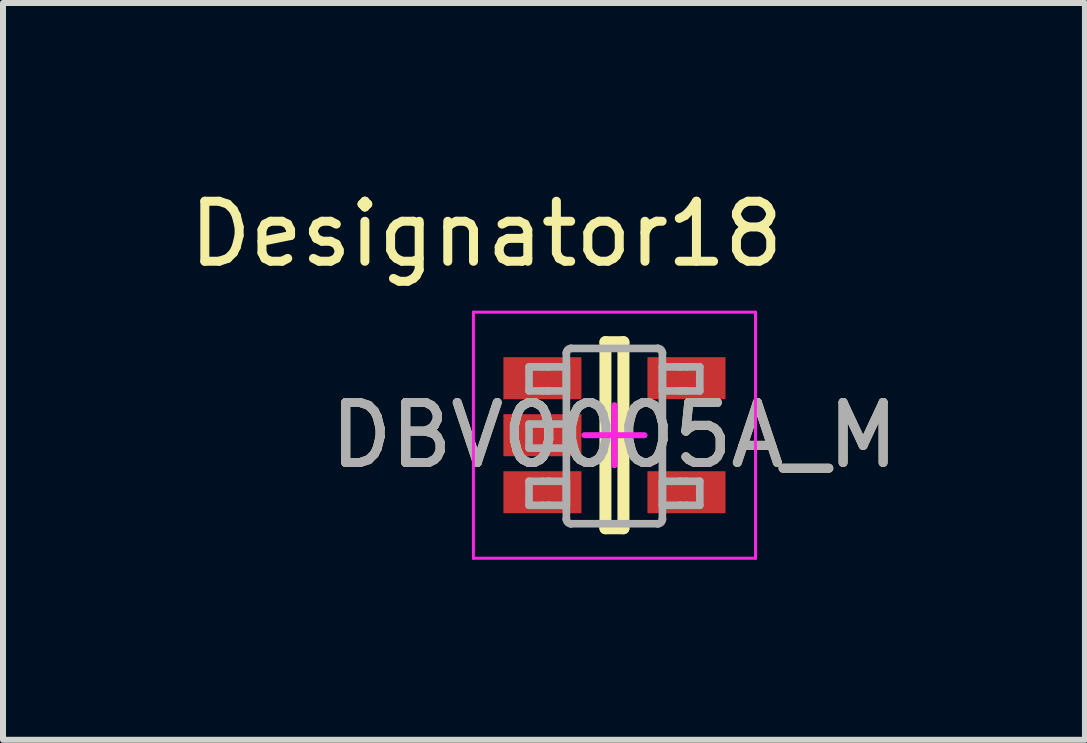
<source format=kicad_pcb>
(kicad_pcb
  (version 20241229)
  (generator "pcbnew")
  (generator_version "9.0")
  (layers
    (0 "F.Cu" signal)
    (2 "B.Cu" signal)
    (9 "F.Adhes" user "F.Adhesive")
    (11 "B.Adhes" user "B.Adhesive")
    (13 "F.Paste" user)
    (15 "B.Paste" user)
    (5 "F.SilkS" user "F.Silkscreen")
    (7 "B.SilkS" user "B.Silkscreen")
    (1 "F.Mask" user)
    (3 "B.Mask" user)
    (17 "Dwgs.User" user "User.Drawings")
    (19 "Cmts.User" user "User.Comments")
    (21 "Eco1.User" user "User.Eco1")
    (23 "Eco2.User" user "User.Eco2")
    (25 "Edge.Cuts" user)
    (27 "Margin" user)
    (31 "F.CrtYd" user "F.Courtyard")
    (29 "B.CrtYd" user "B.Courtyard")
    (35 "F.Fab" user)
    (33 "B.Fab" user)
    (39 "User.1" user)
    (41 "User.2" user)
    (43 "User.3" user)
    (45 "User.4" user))
  (footprint "DBV0005A_M"
    (layer "F.Cu")
    (at 7.187 4.201)
    (property "Reference" "DBV0005A_M" (at 0 0 0) (unlocked yes) (layer "F.SilkS") (effects (font (size 1 1) (thickness 0.15))))
    (attr smd)
    (fp_line (start -0.15 -1.55) (end 0.15 -1.55) (stroke (width 0.2) (type solid)) (layer "F.SilkS"))
    (fp_line (start -0.15 1.55) (end -0.15 -1.55) (stroke (width 0.2) (type solid)) (layer "F.SilkS"))
    (fp_line (start -0.15 1.55) (end 0.15 1.55) (stroke (width 0.2) (type solid)) (layer "F.SilkS"))
    (fp_line (start 0.15 1.55) (end 0.15 -1.55) (stroke (width 0.2) (type solid)) (layer "F.SilkS"))
    (fp_line (start -2.35 -2.05) (end 2.35 -2.05) (stroke (width 0.05) (type solid)) (layer "F.CrtYd"))
    (fp_line (start -2.35 2.05) (end -2.35 -2.05) (stroke (width 0.05) (type solid)) (layer "F.CrtYd"))
    (fp_line (start -2.35 2.05) (end 2.35 2.05) (stroke (width 0.05) (type solid)) (layer "F.CrtYd"))
    (fp_line (start -0.5 0) (end 0.5 0) (stroke (width 0.1) (type solid)) (layer "F.CrtYd"))
    (fp_line (start 0 0.5) (end 0 -0.5) (stroke (width 0.1) (type solid)) (layer "F.CrtYd"))
    (fp_line (start 2.35 2.05) (end 2.35 -2.05) (stroke (width 0.05) (type solid)) (layer "F.CrtYd"))
    (fp_line (start -1.423 -1.138) (end -1.199 -1.138) (stroke (width 0.127) (type solid)) (layer "F.Fab"))
    (fp_line (start -1.423 -0.738) (end -1.423 -1.138) (stroke (width 0.127) (type solid)) (layer "F.Fab"))
    (fp_line (start -1.423 -0.738) (end -1.199 -0.738) (stroke (width 0.127) (type solid)) (layer "F.Fab"))
    (fp_line (start -1.423 -0.186) (end -1.199 -0.186) (stroke (width 0.127) (type solid)) (layer "F.Fab"))
    (fp_line (start -1.423 0.215) (end -1.423 -0.186) (stroke (width 0.127) (type solid)) (layer "F.Fab"))
    (fp_line (start -1.423 0.215) (end -1.199 0.215) (stroke (width 0.127) (type solid)) (layer "F.Fab"))
    (fp_line (start -1.423 0.767) (end -1.199 0.767) (stroke (width 0.127) (type solid)) (layer "F.Fab"))
    (fp_line (start -1.423 1.167) (end -1.423 0.767) (stroke (width 0.127) (type solid)) (layer "F.Fab"))
    (fp_line (start -1.423 1.167) (end -1.199 1.167) (stroke (width 0.127) (type solid)) (layer "F.Fab"))
    (fp_line (start -1.199 -1.138) (end -1.105 -1.138) (stroke (width 0.127) (type solid)) (layer "F.Fab"))
    (fp_line (start -1.199 -0.738) (end -1.105 -0.738) (stroke (width 0.127) (type solid)) (layer "F.Fab"))
    (fp_line (start -1.199 -0.186) (end -1.105 -0.186) (stroke (width 0.127) (type solid)) (layer "F.Fab"))
    (fp_line (start -1.199 0.215) (end -1.105 0.215) (stroke (width 0.127) (type solid)) (layer "F.Fab"))
    (fp_line (start -1.199 0.767) (end -1.105 0.767) (stroke (width 0.127) (type solid)) (layer "F.Fab"))
    (fp_line (start -1.199 1.167) (end -1.105 1.167) (stroke (width 0.127) (type solid)) (layer "F.Fab"))
    (fp_line (start -1.105 -1.138) (end -1.088 -1.138) (stroke (width 0.127) (type solid)) (layer "F.Fab"))
    (fp_line (start -1.105 -0.738) (end -1.088 -0.738) (stroke (width 0.127) (type solid)) (layer "F.Fab"))
    (fp_line (start -1.105 -0.186) (end -1.088 -0.186) (stroke (width 0.127) (type solid)) (layer "F.Fab"))
    (fp_line (start -1.105 0.215) (end -1.088 0.215) (stroke (width 0.127) (type solid)) (layer "F.Fab"))
    (fp_line (start -1.105 0.767) (end -1.088 0.767) (stroke (width 0.127) (type solid)) (layer "F.Fab"))
    (fp_line (start -1.105 1.167) (end -1.088 1.167) (stroke (width 0.127) (type solid)) (layer "F.Fab"))
    (fp_line (start -1.088 -1.138) (end -0.835 -1.138) (stroke (width 0.127) (type solid)) (layer "F.Fab"))
    (fp_line (start -1.088 -0.738) (end -0.835 -0.738) (stroke (width 0.127) (type solid)) (layer "F.Fab"))
    (fp_line (start -1.088 -0.186) (end -0.835 -0.186) (stroke (width 0.127) (type solid)) (layer "F.Fab"))
    (fp_line (start -1.088 0.215) (end -0.835 0.215) (stroke (width 0.127) (type solid)) (layer "F.Fab"))
    (fp_line (start -1.088 0.767) (end -0.835 0.767) (stroke (width 0.127) (type solid)) (layer "F.Fab"))
    (fp_line (start -1.088 1.167) (end -0.835 1.167) (stroke (width 0.127) (type solid)) (layer "F.Fab"))
    (fp_line (start -0.835 -1.138) (end -0.801 -1.138) (stroke (width 0.127) (type solid)) (layer "F.Fab"))
    (fp_line (start -0.835 -0.738) (end -0.801 -0.738) (stroke (width 0.127) (type solid)) (layer "F.Fab"))
    (fp_line (start -0.835 -0.186) (end -0.801 -0.186) (stroke (width 0.127) (type solid)) (layer "F.Fab"))
    (fp_line (start -0.835 0.215) (end -0.801 0.215) (stroke (width 0.127) (type solid)) (layer "F.Fab"))
    (fp_line (start -0.835 0.767) (end -0.801 0.767) (stroke (width 0.127) (type solid)) (layer "F.Fab"))
    (fp_line (start -0.835 1.167) (end -0.801 1.167) (stroke (width 0.127) (type solid)) (layer "F.Fab"))
    (fp_line (start -0.801 -1.37) (end -0.801 -1.371) (stroke (width 0.127) (type solid)) (layer "F.Fab"))
    (fp_line (start -0.801 -0.738) (end -0.801 -1.138) (stroke (width 0.127) (type solid)) (layer "F.Fab"))
    (fp_line (start -0.801 0.215) (end -0.801 -0.186) (stroke (width 0.127) (type solid)) (layer "F.Fab"))
    (fp_line (start -0.801 1.167) (end -0.801 0.767) (stroke (width 0.127) (type solid)) (layer "F.Fab"))
    (fp_line (start -0.801 1.399) (end -0.801 -1.37) (stroke (width 0.127) (type solid)) (layer "F.Fab"))
    (fp_line (start -0.801 1.4) (end -0.801 1.399) (stroke (width 0.127) (type solid)) (layer "F.Fab"))
    (fp_line (start -0.725 -1.446) (end -0.725 -1.446) (stroke (width 0.127) (type solid)) (layer "F.Fab"))
    (fp_line (start -0.725 1.475) (end -0.725 1.475) (stroke (width 0.127) (type solid)) (layer "F.Fab"))
    (fp_line (start -0.725 -1.446) (end 0.723 -1.446) (stroke (width 0.127) (type solid)) (layer "F.Fab"))
    (fp_line (start -0.725 1.475) (end 0.723 1.475) (stroke (width 0.127) (type solid)) (layer "F.Fab"))
    (fp_line (start 0.723 -1.446) (end 0.724 -1.446) (stroke (width 0.127) (type solid)) (layer "F.Fab"))
    (fp_line (start 0.723 1.475) (end 0.724 1.475) (stroke (width 0.127) (type solid)) (layer "F.Fab"))
    (fp_line (start 0.799 -1.37) (end 0.799 -1.371) (stroke (width 0.127) (type solid)) (layer "F.Fab"))
    (fp_line (start 0.799 -1.138) (end 0.834 -1.138) (stroke (width 0.127) (type solid)) (layer "F.Fab"))
    (fp_line (start 0.799 -0.738) (end 0.799 -1.138) (stroke (width 0.127) (type solid)) (layer "F.Fab"))
    (fp_line (start 0.799 -0.738) (end 0.834 -0.738) (stroke (width 0.127) (type solid)) (layer "F.Fab"))
    (fp_line (start 0.799 0.767) (end 0.834 0.767) (stroke (width 0.127) (type solid)) (layer "F.Fab"))
    (fp_line (start 0.799 1.167) (end 0.799 0.767) (stroke (width 0.127) (type solid)) (layer "F.Fab"))
    (fp_line (start 0.799 1.167) (end 0.834 1.167) (stroke (width 0.127) (type solid)) (layer "F.Fab"))
    (fp_line (start 0.799 1.399) (end 0.799 -1.37) (stroke (width 0.127) (type solid)) (layer "F.Fab"))
    (fp_line (start 0.799 1.4) (end 0.799 1.399) (stroke (width 0.127) (type solid)) (layer "F.Fab"))
    (fp_line (start 0.834 -1.138) (end 1.087 -1.138) (stroke (width 0.127) (type solid)) (layer "F.Fab"))
    (fp_line (start 0.834 -0.738) (end 1.087 -0.738) (stroke (width 0.127) (type solid)) (layer "F.Fab"))
    (fp_line (start 0.834 0.767) (end 1.087 0.767) (stroke (width 0.127) (type solid)) (layer "F.Fab"))
    (fp_line (start 0.834 1.167) (end 1.087 1.167) (stroke (width 0.127) (type solid)) (layer "F.Fab"))
    (fp_line (start 1.087 -1.138) (end 1.103 -1.138) (stroke (width 0.127) (type solid)) (layer "F.Fab"))
    (fp_line (start 1.087 -0.738) (end 1.103 -0.738) (stroke (width 0.127) (type solid)) (layer "F.Fab"))
    (fp_line (start 1.087 0.767) (end 1.103 0.767) (stroke (width 0.127) (type solid)) (layer "F.Fab"))
    (fp_line (start 1.087 1.167) (end 1.103 1.167) (stroke (width 0.127) (type solid)) (layer "F.Fab"))
    (fp_line (start 1.103 -1.138) (end 1.198 -1.138) (stroke (width 0.127) (type solid)) (layer "F.Fab"))
    (fp_line (start 1.103 -0.738) (end 1.198 -0.738) (stroke (width 0.127) (type solid)) (layer "F.Fab"))
    (fp_line (start 1.103 0.767) (end 1.198 0.767) (stroke (width 0.127) (type solid)) (layer "F.Fab"))
    (fp_line (start 1.103 1.167) (end 1.198 1.167) (stroke (width 0.127) (type solid)) (layer "F.Fab"))
    (fp_line (start 1.198 -1.138) (end 1.422 -1.138) (stroke (width 0.127) (type solid)) (layer "F.Fab"))
    (fp_line (start 1.198 -0.738) (end 1.422 -0.738) (stroke (width 0.127) (type solid)) (layer "F.Fab"))
    (fp_line (start 1.198 0.767) (end 1.422 0.767) (stroke (width 0.127) (type solid)) (layer "F.Fab"))
    (fp_line (start 1.198 1.167) (end 1.422 1.167) (stroke (width 0.127) (type solid)) (layer "F.Fab"))
    (fp_line (start 1.422 -0.738) (end 1.422 -1.138) (stroke (width 0.127) (type solid)) (layer "F.Fab"))
    (fp_line (start 1.422 1.167) (end 1.422 0.767) (stroke (width 0.127) (type solid)) (layer "F.Fab"))
    (fp_arc (start -0.80074 -1.37084) (mid -0.778218 -1.423887) (end -0.724999 -1.445998) (stroke (width 0.127) (type solid)) (layer "F.Fab"))
    (fp_arc (start -0.724999 1.475) (mid -0.778213 1.452901) (end -0.80074 1.399867) (stroke (width 0.127) (type solid)) (layer "F.Fab"))
    (fp_arc (start 0.723714 -1.445998) (mid 0.776933 -1.423887) (end 0.799455 -1.37084) (stroke (width 0.127) (type solid)) (layer "F.Fab"))
    (fp_arc (start 0.799455 1.399868) (mid 0.776927 1.452901) (end 0.723713 1.475) (stroke (width 0.127) (type solid)) (layer "F.Fab"))
    (fp_text user "Designator18" (at -2.134 -3.353 0) (unlocked yes) (layer "F.SilkS") (effects (font (size 1 1) (thickness 0.15))))
    (fp_text user "${REFERENCE}" (at 0 0 0) (unlocked yes) (layer "F.Fab") (effects (font (size 1 1) (thickness 0.15))))
    (pad "1" smd rect (at -1.2 -0.95 90) (size 0.7 1.3) (layers "F.Cu" "F.Mask" "F.Paste"))
    (pad "2" smd rect (at -1.2 0 90) (size 0.7 1.3) (layers "F.Cu" "F.Mask" "F.Paste"))
    (pad "3" smd rect (at -1.2 0.95 90) (size 0.7 1.3) (layers "F.Cu" "F.Mask" "F.Paste"))
    (pad "4" smd rect (at 1.2 0.95 90) (size 0.7 1.3) (layers "F.Cu" "F.Mask" "F.Paste"))
    (pad "5" smd rect (at 1.2 -0.95 90) (size 0.7 1.3) (layers "F.Cu" "F.Mask" "F.Paste")))
  (gr_rect
    (start -3 -3)
    (end 15.026 9.276)
    (stroke (width 0.1) (type default))
    (fill no)
    (layer "Edge.Cuts")))
</source>
